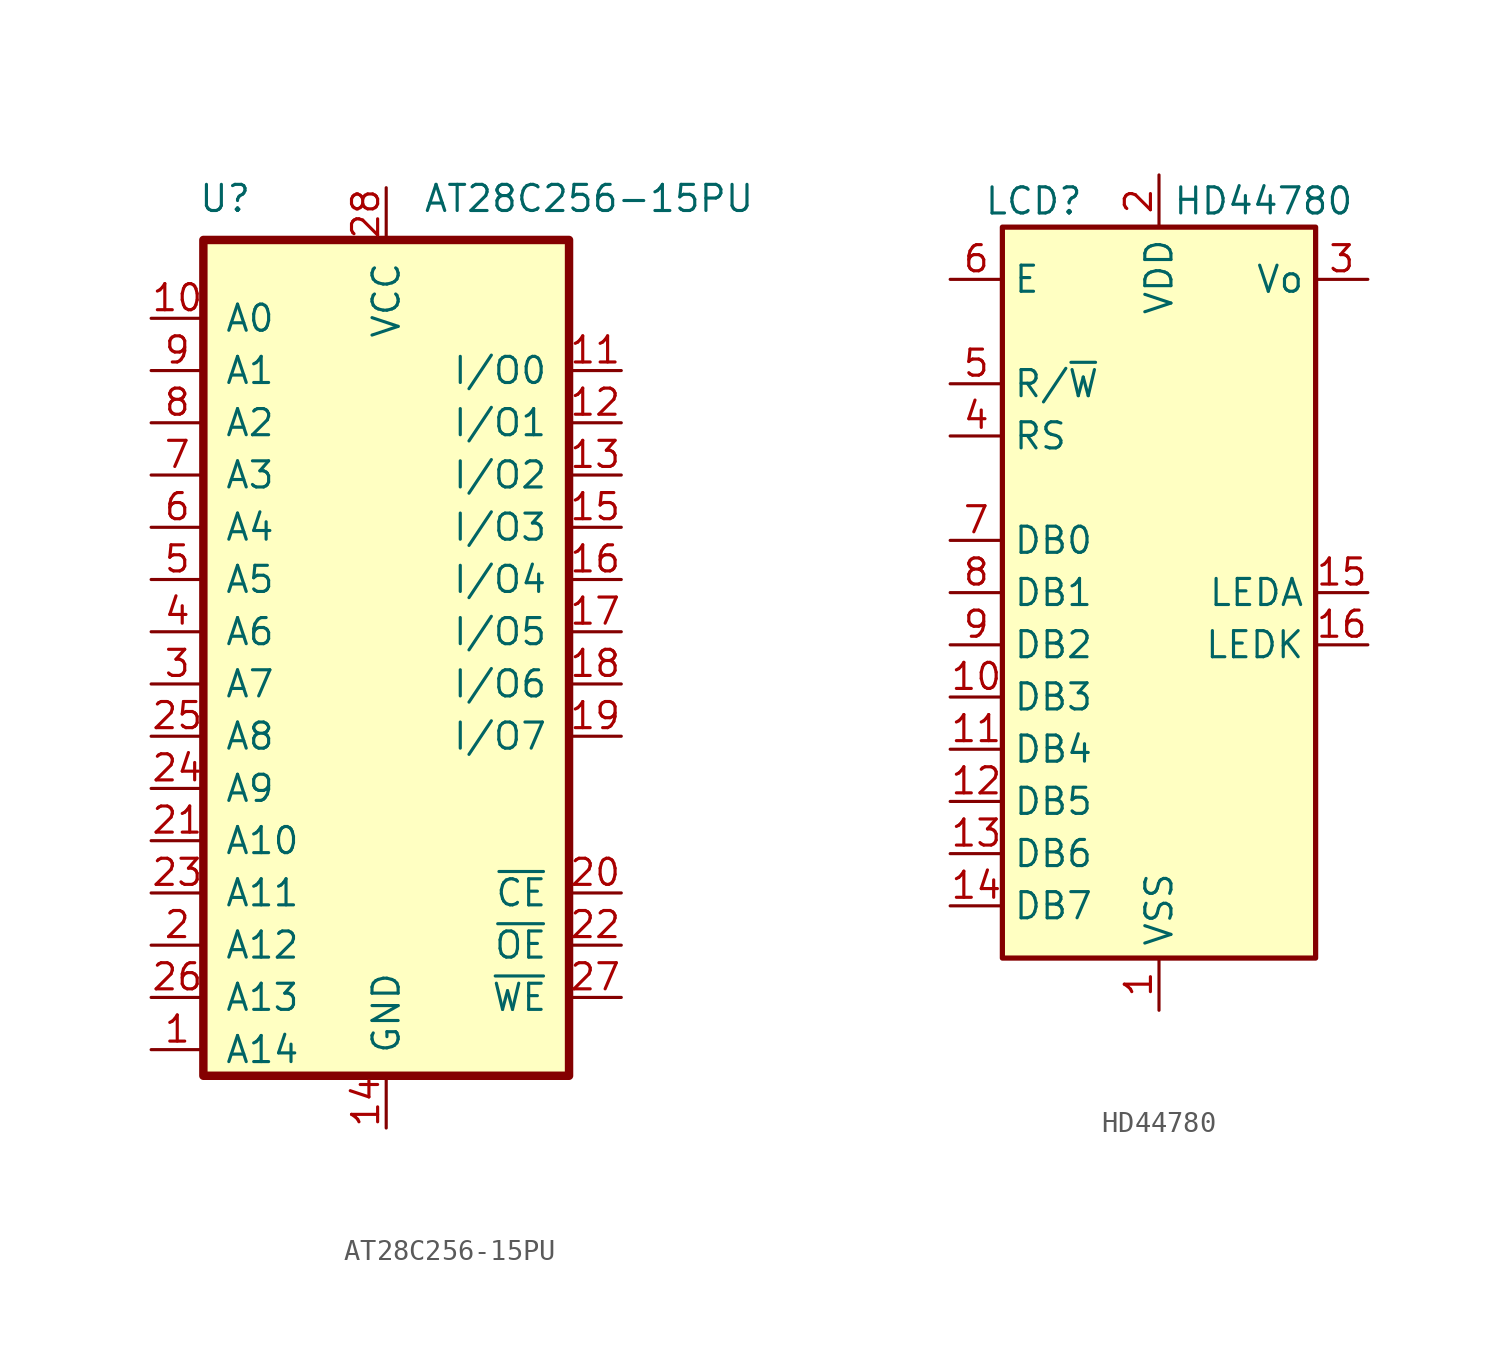
<source format=kicad_sym>
(kicad_symbol_lib
  (version 20231120)
  (generator "kicad_symbol_editor")
  (generator_version "8.0")
  (symbol "AT28C256-15PU"
    (pin_names
      (offset 1.016))
    (property "Reference" "U"
      (at -9.144 20.32 0)
      (effects (font (size 1.27 1.27)) (justify left bottom)))
    (property "Value" "AT28C256-15PU"
      (at 1.778 20.32 0)
      (effects (font (size 1.27 1.27)) (justify left bottom)))
    (symbol "AT28C256-15PU_0_0"
      (rectangle (start -8.89 19.05) (end 8.89 -21.59) (stroke (width 0.41) (type default)) (fill (type background))))
    (symbol "AT28C256-15PU_1_0"
      (pin input line (at -11.43 -20.32 0) (length 2.54) (name "A14" (effects (font (size 1.27 1.27)))) (number "1" (effects (font (size 1.27 1.27)))))
      (pin input line (at -11.43 15.24 0) (length 2.54) (name "A0" (effects (font (size 1.27 1.27)))) (number "10" (effects (font (size 1.27 1.27)))))
      (pin bidirectional line (at 11.43 12.7 180) (length 2.54) (name "I/O0" (effects (font (size 1.27 1.27)))) (number "11" (effects (font (size 1.27 1.27)))))
      (pin bidirectional line (at 11.43 10.16 180) (length 2.54) (name "I/O1" (effects (font (size 1.27 1.27)))) (number "12" (effects (font (size 1.27 1.27)))))
      (pin bidirectional line (at 11.43 7.62 180) (length 2.54) (name "I/O2" (effects (font (size 1.27 1.27)))) (number "13" (effects (font (size 1.27 1.27)))))
      (pin power_in line (at 0 -24.13 90) (length 2.54) (name "GND" (effects (font (size 1.27 1.27)))) (number "14" (effects (font (size 1.27 1.27)))))
      (pin bidirectional line (at 11.43 5.08 180) (length 2.54) (name "I/O3" (effects (font (size 1.27 1.27)))) (number "15" (effects (font (size 1.27 1.27)))))
      (pin bidirectional line (at 11.43 2.54 180) (length 2.54) (name "I/O4" (effects (font (size 1.27 1.27)))) (number "16" (effects (font (size 1.27 1.27)))))
      (pin bidirectional line (at 11.43 0 180) (length 2.54) (name "I/O5" (effects (font (size 1.27 1.27)))) (number "17" (effects (font (size 1.27 1.27)))))
      (pin bidirectional line (at 11.43 -2.54 180) (length 2.54) (name "I/O6" (effects (font (size 1.27 1.27)))) (number "18" (effects (font (size 1.27 1.27)))))
      (pin bidirectional line (at 11.43 -5.08 180) (length 2.54) (name "I/O7" (effects (font (size 1.27 1.27)))) (number "19" (effects (font (size 1.27 1.27)))))
      (pin input line (at -11.43 -15.24 0) (length 2.54) (name "A12" (effects (font (size 1.27 1.27)))) (number "2" (effects (font (size 1.27 1.27)))))
      (pin input line (at 11.43 -12.7 180) (length 2.54) (name "~{CE}" (effects (font (size 1.27 1.27)))) (number "20" (effects (font (size 1.27 1.27)))))
      (pin input line (at -11.43 -10.16 0) (length 2.54) (name "A10" (effects (font (size 1.27 1.27)))) (number "21" (effects (font (size 1.27 1.27)))))
      (pin input line (at 11.43 -15.24 180) (length 2.54) (name "~{OE}" (effects (font (size 1.27 1.27)))) (number "22" (effects (font (size 1.27 1.27)))))
      (pin input line (at -11.43 -12.7 0) (length 2.54) (name "A11" (effects (font (size 1.27 1.27)))) (number "23" (effects (font (size 1.27 1.27)))))
      (pin input line (at -11.43 -7.62 0) (length 2.54) (name "A9" (effects (font (size 1.27 1.27)))) (number "24" (effects (font (size 1.27 1.27)))))
      (pin input line (at -11.43 -5.08 0) (length 2.54) (name "A8" (effects (font (size 1.27 1.27)))) (number "25" (effects (font (size 1.27 1.27)))))
      (pin input line (at -11.43 -17.78 0) (length 2.54) (name "A13" (effects (font (size 1.27 1.27)))) (number "26" (effects (font (size 1.27 1.27)))))
      (pin input line (at 11.43 -17.78 180) (length 2.54) (name "~{WE}" (effects (font (size 1.27 1.27)))) (number "27" (effects (font (size 1.27 1.27)))))
      (pin power_in line (at 0 21.59 270) (length 2.54) (name "VCC" (effects (font (size 1.27 1.27)))) (number "28" (effects (font (size 1.27 1.27)))))
      (pin input line (at -11.43 -2.54 0) (length 2.54) (name "A7" (effects (font (size 1.27 1.27)))) (number "3" (effects (font (size 1.27 1.27)))))
      (pin input line (at -11.43 0 0) (length 2.54) (name "A6" (effects (font (size 1.27 1.27)))) (number "4" (effects (font (size 1.27 1.27)))))
      (pin input line (at -11.43 2.54 0) (length 2.54) (name "A5" (effects (font (size 1.27 1.27)))) (number "5" (effects (font (size 1.27 1.27)))))
      (pin input line (at -11.43 5.08 0) (length 2.54) (name "A4" (effects (font (size 1.27 1.27)))) (number "6" (effects (font (size 1.27 1.27)))))
      (pin input line (at -11.43 7.62 0) (length 2.54) (name "A3" (effects (font (size 1.27 1.27)))) (number "7" (effects (font (size 1.27 1.27)))))
      (pin input line (at -11.43 10.16 0) (length 2.54) (name "A2" (effects (font (size 1.27 1.27)))) (number "8" (effects (font (size 1.27 1.27)))))
      (pin input line (at -11.43 12.7 0) (length 2.54) (name "A1" (effects (font (size 1.27 1.27)))) (number "9" (effects (font (size 1.27 1.27)))))))
  (symbol "HD44780"
    (property "Reference" "LCD"
      (at -6.096 19.05 0)
      (effects (font (size 1.27 1.27))))
    (property "Value" "HD44780"
      (at 5.08 19.05 0)
      (effects (font (size 1.27 1.27))))
    (symbol "HD44780_0_1"
      (rectangle (start -7.62 17.78) (end 7.62 -17.78) (stroke (width 0.254) (type default)) (fill (type background))))
    (symbol "HD44780_1_1"
      (pin power_in line (at 0 -20.32 90) (length 2.54) (name "VSS" (effects (font (size 1.27 1.27)))) (number "1" (effects (font (size 1.27 1.27)))))
      (pin bidirectional line (at -10.16 -5.08 0) (length 2.54) (name "DB3" (effects (font (size 1.27 1.27)))) (number "10" (effects (font (size 1.27 1.27)))))
      (pin bidirectional line (at -10.16 -7.62 0) (length 2.54) (name "DB4" (effects (font (size 1.27 1.27)))) (number "11" (effects (font (size 1.27 1.27)))))
      (pin bidirectional line (at -10.16 -10.16 0) (length 2.54) (name "DB5" (effects (font (size 1.27 1.27)))) (number "12" (effects (font (size 1.27 1.27)))))
      (pin bidirectional line (at -10.16 -12.7 0) (length 2.54) (name "DB6" (effects (font (size 1.27 1.27)))) (number "13" (effects (font (size 1.27 1.27)))))
      (pin bidirectional line (at -10.16 -15.24 0) (length 2.54) (name "DB7" (effects (font (size 1.27 1.27)))) (number "14" (effects (font (size 1.27 1.27)))))
      (pin passive line (at 10.16 0 180) (length 2.54) (name "LEDA" (effects (font (size 1.27 1.27)))) (number "15" (effects (font (size 1.27 1.27)))))
      (pin passive line (at 10.16 -2.54 180) (length 2.54) (name "LEDK" (effects (font (size 1.27 1.27)))) (number "16" (effects (font (size 1.27 1.27)))))
      (pin power_in line (at 0 20.32 270) (length 2.54) (name "VDD" (effects (font (size 1.27 1.27)))) (number "2" (effects (font (size 1.27 1.27)))))
      (pin input line (at 10.16 15.24 180) (length 2.54) (name "Vo" (effects (font (size 1.27 1.27)))) (number "3" (effects (font (size 1.27 1.27)))))
      (pin input line (at -10.16 7.62 0) (length 2.54) (name "RS" (effects (font (size 1.27 1.27)))) (number "4" (effects (font (size 1.27 1.27)))))
      (pin input line (at -10.16 10.16 0) (length 2.54) (name "R/~{W}" (effects (font (size 1.27 1.27)))) (number "5" (effects (font (size 1.27 1.27)))))
      (pin input line (at -10.16 15.24 0) (length 2.54) (name "E" (effects (font (size 1.27 1.27)))) (number "6" (effects (font (size 1.27 1.27)))))
      (pin bidirectional line (at -10.16 2.54 0) (length 2.54) (name "DB0" (effects (font (size 1.27 1.27)))) (number "7" (effects (font (size 1.27 1.27)))))
      (pin bidirectional line (at -10.16 0 0) (length 2.54) (name "DB1" (effects (font (size 1.27 1.27)))) (number "8" (effects (font (size 1.27 1.27)))))
      (pin bidirectional line (at -10.16 -2.54 0) (length 2.54) (name "DB2" (effects (font (size 1.27 1.27)))) (number "9" (effects (font (size 1.27 1.27))))))))
</source>
